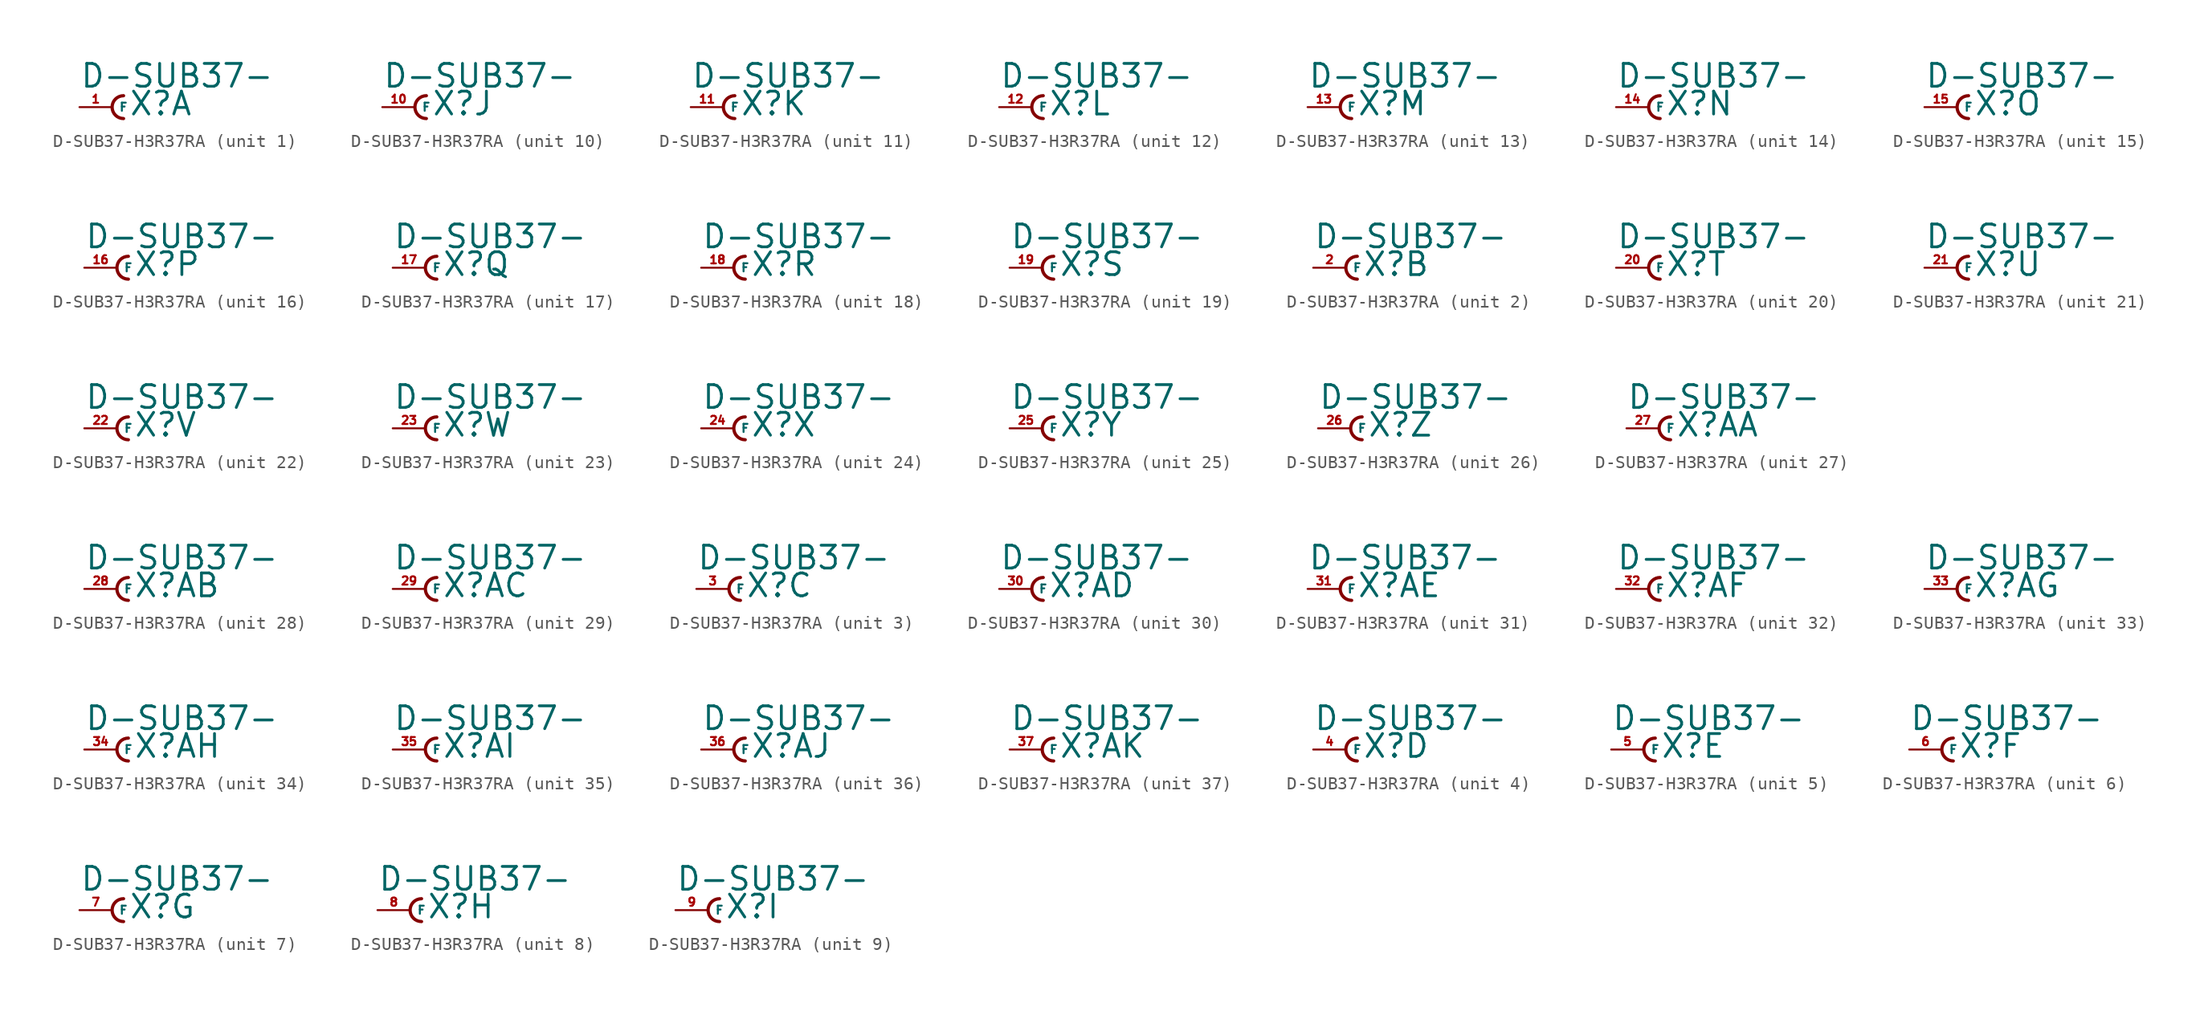
<source format=kicad_sym>
(kicad_symbol_lib
  (version 20220914)
  (generator Eagle2Kicad)
  (symbol "D-SUB37-H3R37RA"
    (property "Reference" "X"
      (at 1.27 -0.762 0)
      (effects (font (size 1.778 1.778) (thickness 0.22)) (justify left bottom)))
    (property "Value" "D-SUB37-"
      (at -2.54 1.397 0)
      (effects (font (size 1.778 1.778) (thickness 0.22)) (justify left bottom)))
    (symbol "D-SUB37-H3R37RA_1_0"
      (arc (start 0.889 0.889) (mid 0.000 0.000) (end 0.889 -0.889) (stroke (width 0.254) (type default)) (fill (type none)))
      (pin passive line (at -2.54 0 0) (length 2.54) (name "F" (effects (font (size 0.635 0.635) (thickness 0.08)) (justify left bottom))) (number "1" (effects (font (size 0.635 0.635) (thickness 0.08)) (justify left bottom)))))
    (symbol "D-SUB37-H3R37RA_2_0"
      (arc (start 0.889 0.889) (mid 0.000 0.000) (end 0.889 -0.889) (stroke (width 0.254) (type default)) (fill (type none)))
      (pin passive line (at -2.54 0 0) (length 2.54) (name "F" (effects (font (size 0.635 0.635) (thickness 0.08)) (justify left bottom))) (number "2" (effects (font (size 0.635 0.635) (thickness 0.08)) (justify left bottom)))))
    (symbol "D-SUB37-H3R37RA_3_0"
      (arc (start 0.889 0.889) (mid 0.000 0.000) (end 0.889 -0.889) (stroke (width 0.254) (type default)) (fill (type none)))
      (pin passive line (at -2.54 0 0) (length 2.54) (name "F" (effects (font (size 0.635 0.635) (thickness 0.08)) (justify left bottom))) (number "3" (effects (font (size 0.635 0.635) (thickness 0.08)) (justify left bottom)))))
    (symbol "D-SUB37-H3R37RA_4_0"
      (arc (start 0.889 0.889) (mid 0.000 0.000) (end 0.889 -0.889) (stroke (width 0.254) (type default)) (fill (type none)))
      (pin passive line (at -2.54 0 0) (length 2.54) (name "F" (effects (font (size 0.635 0.635) (thickness 0.08)) (justify left bottom))) (number "4" (effects (font (size 0.635 0.635) (thickness 0.08)) (justify left bottom)))))
    (symbol "D-SUB37-H3R37RA_5_0"
      (arc (start 0.889 0.889) (mid 0.000 0.000) (end 0.889 -0.889) (stroke (width 0.254) (type default)) (fill (type none)))
      (pin passive line (at -2.54 0 0) (length 2.54) (name "F" (effects (font (size 0.635 0.635) (thickness 0.08)) (justify left bottom))) (number "5" (effects (font (size 0.635 0.635) (thickness 0.08)) (justify left bottom)))))
    (symbol "D-SUB37-H3R37RA_6_0"
      (arc (start 0.889 0.889) (mid 0.000 0.000) (end 0.889 -0.889) (stroke (width 0.254) (type default)) (fill (type none)))
      (pin passive line (at -2.54 0 0) (length 2.54) (name "F" (effects (font (size 0.635 0.635) (thickness 0.08)) (justify left bottom))) (number "6" (effects (font (size 0.635 0.635) (thickness 0.08)) (justify left bottom)))))
    (symbol "D-SUB37-H3R37RA_7_0"
      (arc (start 0.889 0.889) (mid 0.000 0.000) (end 0.889 -0.889) (stroke (width 0.254) (type default)) (fill (type none)))
      (pin passive line (at -2.54 0 0) (length 2.54) (name "F" (effects (font (size 0.635 0.635) (thickness 0.08)) (justify left bottom))) (number "7" (effects (font (size 0.635 0.635) (thickness 0.08)) (justify left bottom)))))
    (symbol "D-SUB37-H3R37RA_8_0"
      (arc (start 0.889 0.889) (mid 0.000 0.000) (end 0.889 -0.889) (stroke (width 0.254) (type default)) (fill (type none)))
      (pin passive line (at -2.54 0 0) (length 2.54) (name "F" (effects (font (size 0.635 0.635) (thickness 0.08)) (justify left bottom))) (number "8" (effects (font (size 0.635 0.635) (thickness 0.08)) (justify left bottom)))))
    (symbol "D-SUB37-H3R37RA_9_0"
      (arc (start 0.889 0.889) (mid 0.000 0.000) (end 0.889 -0.889) (stroke (width 0.254) (type default)) (fill (type none)))
      (pin passive line (at -2.54 0 0) (length 2.54) (name "F" (effects (font (size 0.635 0.635) (thickness 0.08)) (justify left bottom))) (number "9" (effects (font (size 0.635 0.635) (thickness 0.08)) (justify left bottom)))))
    (symbol "D-SUB37-H3R37RA_10_0"
      (arc (start 0.889 0.889) (mid 0.000 0.000) (end 0.889 -0.889) (stroke (width 0.254) (type default)) (fill (type none)))
      (pin passive line (at -2.54 0 0) (length 2.54) (name "F" (effects (font (size 0.635 0.635) (thickness 0.08)) (justify left bottom))) (number "10" (effects (font (size 0.635 0.635) (thickness 0.08)) (justify left bottom)))))
    (symbol "D-SUB37-H3R37RA_11_0"
      (arc (start 0.889 0.889) (mid 0.000 0.000) (end 0.889 -0.889) (stroke (width 0.254) (type default)) (fill (type none)))
      (pin passive line (at -2.54 0 0) (length 2.54) (name "F" (effects (font (size 0.635 0.635) (thickness 0.08)) (justify left bottom))) (number "11" (effects (font (size 0.635 0.635) (thickness 0.08)) (justify left bottom)))))
    (symbol "D-SUB37-H3R37RA_12_0"
      (arc (start 0.889 0.889) (mid 0.000 0.000) (end 0.889 -0.889) (stroke (width 0.254) (type default)) (fill (type none)))
      (pin passive line (at -2.54 0 0) (length 2.54) (name "F" (effects (font (size 0.635 0.635) (thickness 0.08)) (justify left bottom))) (number "12" (effects (font (size 0.635 0.635) (thickness 0.08)) (justify left bottom)))))
    (symbol "D-SUB37-H3R37RA_13_0"
      (arc (start 0.889 0.889) (mid 0.000 0.000) (end 0.889 -0.889) (stroke (width 0.254) (type default)) (fill (type none)))
      (pin passive line (at -2.54 0 0) (length 2.54) (name "F" (effects (font (size 0.635 0.635) (thickness 0.08)) (justify left bottom))) (number "13" (effects (font (size 0.635 0.635) (thickness 0.08)) (justify left bottom)))))
    (symbol "D-SUB37-H3R37RA_14_0"
      (arc (start 0.889 0.889) (mid 0.000 0.000) (end 0.889 -0.889) (stroke (width 0.254) (type default)) (fill (type none)))
      (pin passive line (at -2.54 0 0) (length 2.54) (name "F" (effects (font (size 0.635 0.635) (thickness 0.08)) (justify left bottom))) (number "14" (effects (font (size 0.635 0.635) (thickness 0.08)) (justify left bottom)))))
    (symbol "D-SUB37-H3R37RA_15_0"
      (arc (start 0.889 0.889) (mid 0.000 0.000) (end 0.889 -0.889) (stroke (width 0.254) (type default)) (fill (type none)))
      (pin passive line (at -2.54 0 0) (length 2.54) (name "F" (effects (font (size 0.635 0.635) (thickness 0.08)) (justify left bottom))) (number "15" (effects (font (size 0.635 0.635) (thickness 0.08)) (justify left bottom)))))
    (symbol "D-SUB37-H3R37RA_16_0"
      (arc (start 0.889 0.889) (mid 0.000 0.000) (end 0.889 -0.889) (stroke (width 0.254) (type default)) (fill (type none)))
      (pin passive line (at -2.54 0 0) (length 2.54) (name "F" (effects (font (size 0.635 0.635) (thickness 0.08)) (justify left bottom))) (number "16" (effects (font (size 0.635 0.635) (thickness 0.08)) (justify left bottom)))))
    (symbol "D-SUB37-H3R37RA_17_0"
      (arc (start 0.889 0.889) (mid 0.000 0.000) (end 0.889 -0.889) (stroke (width 0.254) (type default)) (fill (type none)))
      (pin passive line (at -2.54 0 0) (length 2.54) (name "F" (effects (font (size 0.635 0.635) (thickness 0.08)) (justify left bottom))) (number "17" (effects (font (size 0.635 0.635) (thickness 0.08)) (justify left bottom)))))
    (symbol "D-SUB37-H3R37RA_18_0"
      (arc (start 0.889 0.889) (mid 0.000 0.000) (end 0.889 -0.889) (stroke (width 0.254) (type default)) (fill (type none)))
      (pin passive line (at -2.54 0 0) (length 2.54) (name "F" (effects (font (size 0.635 0.635) (thickness 0.08)) (justify left bottom))) (number "18" (effects (font (size 0.635 0.635) (thickness 0.08)) (justify left bottom)))))
    (symbol "D-SUB37-H3R37RA_19_0"
      (arc (start 0.889 0.889) (mid 0.000 0.000) (end 0.889 -0.889) (stroke (width 0.254) (type default)) (fill (type none)))
      (pin passive line (at -2.54 0 0) (length 2.54) (name "F" (effects (font (size 0.635 0.635) (thickness 0.08)) (justify left bottom))) (number "19" (effects (font (size 0.635 0.635) (thickness 0.08)) (justify left bottom)))))
    (symbol "D-SUB37-H3R37RA_20_0"
      (arc (start 0.889 0.889) (mid 0.000 0.000) (end 0.889 -0.889) (stroke (width 0.254) (type default)) (fill (type none)))
      (pin passive line (at -2.54 0 0) (length 2.54) (name "F" (effects (font (size 0.635 0.635) (thickness 0.08)) (justify left bottom))) (number "20" (effects (font (size 0.635 0.635) (thickness 0.08)) (justify left bottom)))))
    (symbol "D-SUB37-H3R37RA_21_0"
      (arc (start 0.889 0.889) (mid 0.000 0.000) (end 0.889 -0.889) (stroke (width 0.254) (type default)) (fill (type none)))
      (pin passive line (at -2.54 0 0) (length 2.54) (name "F" (effects (font (size 0.635 0.635) (thickness 0.08)) (justify left bottom))) (number "21" (effects (font (size 0.635 0.635) (thickness 0.08)) (justify left bottom)))))
    (symbol "D-SUB37-H3R37RA_22_0"
      (arc (start 0.889 0.889) (mid 0.000 0.000) (end 0.889 -0.889) (stroke (width 0.254) (type default)) (fill (type none)))
      (pin passive line (at -2.54 0 0) (length 2.54) (name "F" (effects (font (size 0.635 0.635) (thickness 0.08)) (justify left bottom))) (number "22" (effects (font (size 0.635 0.635) (thickness 0.08)) (justify left bottom)))))
    (symbol "D-SUB37-H3R37RA_23_0"
      (arc (start 0.889 0.889) (mid 0.000 0.000) (end 0.889 -0.889) (stroke (width 0.254) (type default)) (fill (type none)))
      (pin passive line (at -2.54 0 0) (length 2.54) (name "F" (effects (font (size 0.635 0.635) (thickness 0.08)) (justify left bottom))) (number "23" (effects (font (size 0.635 0.635) (thickness 0.08)) (justify left bottom)))))
    (symbol "D-SUB37-H3R37RA_24_0"
      (arc (start 0.889 0.889) (mid 0.000 0.000) (end 0.889 -0.889) (stroke (width 0.254) (type default)) (fill (type none)))
      (pin passive line (at -2.54 0 0) (length 2.54) (name "F" (effects (font (size 0.635 0.635) (thickness 0.08)) (justify left bottom))) (number "24" (effects (font (size 0.635 0.635) (thickness 0.08)) (justify left bottom)))))
    (symbol "D-SUB37-H3R37RA_25_0"
      (arc (start 0.889 0.889) (mid 0.000 0.000) (end 0.889 -0.889) (stroke (width 0.254) (type default)) (fill (type none)))
      (pin passive line (at -2.54 0 0) (length 2.54) (name "F" (effects (font (size 0.635 0.635) (thickness 0.08)) (justify left bottom))) (number "25" (effects (font (size 0.635 0.635) (thickness 0.08)) (justify left bottom)))))
    (symbol "D-SUB37-H3R37RA_26_0"
      (arc (start 0.889 0.889) (mid 0.000 0.000) (end 0.889 -0.889) (stroke (width 0.254) (type default)) (fill (type none)))
      (pin passive line (at -2.54 0 0) (length 2.54) (name "F" (effects (font (size 0.635 0.635) (thickness 0.08)) (justify left bottom))) (number "26" (effects (font (size 0.635 0.635) (thickness 0.08)) (justify left bottom)))))
    (symbol "D-SUB37-H3R37RA_27_0"
      (arc (start 0.889 0.889) (mid 0.000 0.000) (end 0.889 -0.889) (stroke (width 0.254) (type default)) (fill (type none)))
      (pin passive line (at -2.54 0 0) (length 2.54) (name "F" (effects (font (size 0.635 0.635) (thickness 0.08)) (justify left bottom))) (number "27" (effects (font (size 0.635 0.635) (thickness 0.08)) (justify left bottom)))))
    (symbol "D-SUB37-H3R37RA_28_0"
      (arc (start 0.889 0.889) (mid 0.000 0.000) (end 0.889 -0.889) (stroke (width 0.254) (type default)) (fill (type none)))
      (pin passive line (at -2.54 0 0) (length 2.54) (name "F" (effects (font (size 0.635 0.635) (thickness 0.08)) (justify left bottom))) (number "28" (effects (font (size 0.635 0.635) (thickness 0.08)) (justify left bottom)))))
    (symbol "D-SUB37-H3R37RA_29_0"
      (arc (start 0.889 0.889) (mid 0.000 0.000) (end 0.889 -0.889) (stroke (width 0.254) (type default)) (fill (type none)))
      (pin passive line (at -2.54 0 0) (length 2.54) (name "F" (effects (font (size 0.635 0.635) (thickness 0.08)) (justify left bottom))) (number "29" (effects (font (size 0.635 0.635) (thickness 0.08)) (justify left bottom)))))
    (symbol "D-SUB37-H3R37RA_30_0"
      (arc (start 0.889 0.889) (mid 0.000 0.000) (end 0.889 -0.889) (stroke (width 0.254) (type default)) (fill (type none)))
      (pin passive line (at -2.54 0 0) (length 2.54) (name "F" (effects (font (size 0.635 0.635) (thickness 0.08)) (justify left bottom))) (number "30" (effects (font (size 0.635 0.635) (thickness 0.08)) (justify left bottom)))))
    (symbol "D-SUB37-H3R37RA_31_0"
      (arc (start 0.889 0.889) (mid 0.000 0.000) (end 0.889 -0.889) (stroke (width 0.254) (type default)) (fill (type none)))
      (pin passive line (at -2.54 0 0) (length 2.54) (name "F" (effects (font (size 0.635 0.635) (thickness 0.08)) (justify left bottom))) (number "31" (effects (font (size 0.635 0.635) (thickness 0.08)) (justify left bottom)))))
    (symbol "D-SUB37-H3R37RA_32_0"
      (arc (start 0.889 0.889) (mid 0.000 0.000) (end 0.889 -0.889) (stroke (width 0.254) (type default)) (fill (type none)))
      (pin passive line (at -2.54 0 0) (length 2.54) (name "F" (effects (font (size 0.635 0.635) (thickness 0.08)) (justify left bottom))) (number "32" (effects (font (size 0.635 0.635) (thickness 0.08)) (justify left bottom)))))
    (symbol "D-SUB37-H3R37RA_33_0"
      (arc (start 0.889 0.889) (mid 0.000 0.000) (end 0.889 -0.889) (stroke (width 0.254) (type default)) (fill (type none)))
      (pin passive line (at -2.54 0 0) (length 2.54) (name "F" (effects (font (size 0.635 0.635) (thickness 0.08)) (justify left bottom))) (number "33" (effects (font (size 0.635 0.635) (thickness 0.08)) (justify left bottom)))))
    (symbol "D-SUB37-H3R37RA_34_0"
      (arc (start 0.889 0.889) (mid 0.000 0.000) (end 0.889 -0.889) (stroke (width 0.254) (type default)) (fill (type none)))
      (pin passive line (at -2.54 0 0) (length 2.54) (name "F" (effects (font (size 0.635 0.635) (thickness 0.08)) (justify left bottom))) (number "34" (effects (font (size 0.635 0.635) (thickness 0.08)) (justify left bottom)))))
    (symbol "D-SUB37-H3R37RA_35_0"
      (arc (start 0.889 0.889) (mid 0.000 0.000) (end 0.889 -0.889) (stroke (width 0.254) (type default)) (fill (type none)))
      (pin passive line (at -2.54 0 0) (length 2.54) (name "F" (effects (font (size 0.635 0.635) (thickness 0.08)) (justify left bottom))) (number "35" (effects (font (size 0.635 0.635) (thickness 0.08)) (justify left bottom)))))
    (symbol "D-SUB37-H3R37RA_36_0"
      (arc (start 0.889 0.889) (mid 0.000 0.000) (end 0.889 -0.889) (stroke (width 0.254) (type default)) (fill (type none)))
      (pin passive line (at -2.54 0 0) (length 2.54) (name "F" (effects (font (size 0.635 0.635) (thickness 0.08)) (justify left bottom))) (number "36" (effects (font (size 0.635 0.635) (thickness 0.08)) (justify left bottom)))))
    (symbol "D-SUB37-H3R37RA_37_0"
      (arc (start 0.889 0.889) (mid 0.000 0.000) (end 0.889 -0.889) (stroke (width 0.254) (type default)) (fill (type none)))
      (pin passive line (at -2.54 0 0) (length 2.54) (name "F" (effects (font (size 0.635 0.635) (thickness 0.08)) (justify left bottom))) (number "37" (effects (font (size 0.635 0.635) (thickness 0.08)) (justify left bottom)))))))
</source>
